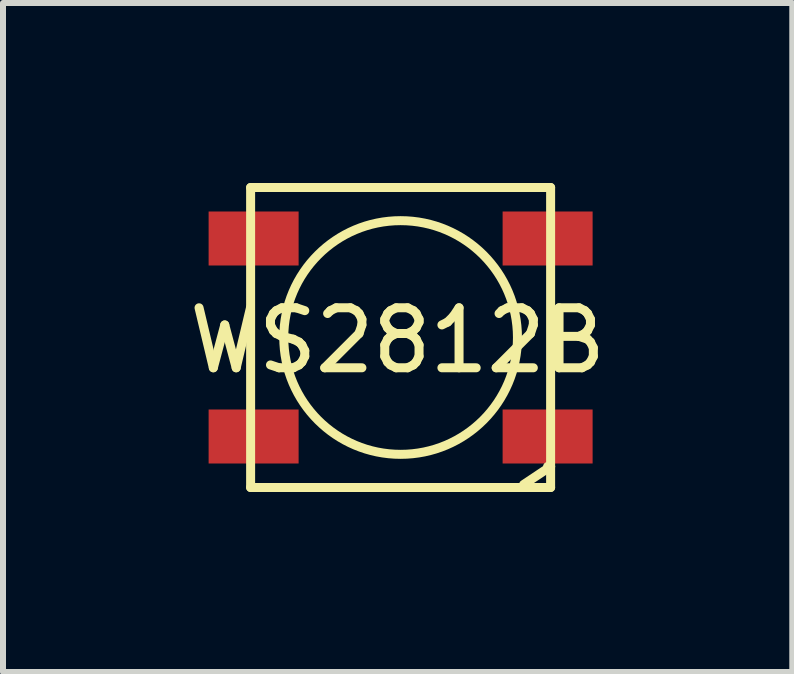
<source format=kicad_pcb>
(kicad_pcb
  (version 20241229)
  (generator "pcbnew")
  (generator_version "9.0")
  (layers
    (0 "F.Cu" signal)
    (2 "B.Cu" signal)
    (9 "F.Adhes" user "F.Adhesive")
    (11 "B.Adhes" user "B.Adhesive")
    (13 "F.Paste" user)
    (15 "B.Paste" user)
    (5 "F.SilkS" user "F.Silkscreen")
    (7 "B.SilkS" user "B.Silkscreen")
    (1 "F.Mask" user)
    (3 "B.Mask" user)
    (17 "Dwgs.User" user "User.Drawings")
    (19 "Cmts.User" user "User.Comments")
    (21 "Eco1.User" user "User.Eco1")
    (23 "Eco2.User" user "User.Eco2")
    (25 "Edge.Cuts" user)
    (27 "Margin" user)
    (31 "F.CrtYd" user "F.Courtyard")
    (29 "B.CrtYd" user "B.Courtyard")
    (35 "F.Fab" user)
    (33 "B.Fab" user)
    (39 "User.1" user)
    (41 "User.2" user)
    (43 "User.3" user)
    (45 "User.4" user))
  (footprint "WS2812B"
    (layer "F.Cu")
    (at 3.627 2.575)
    (property "Reference" "WS2812B" (at -0.05 0.05 0) (layer "F.SilkS") (effects (font (size 1 1) (thickness 0.15))))
    (attr through_hole)
    (fp_line (start -2.5 -2.5) (end -2.5 2.5) (stroke (width 0.15) (type solid)) (layer "F.SilkS"))
    (fp_line (start -2.5 2.5) (end 2.5 2.5) (stroke (width 0.15) (type solid)) (layer "F.SilkS"))
    (fp_line (start 2.05 2.45) (end 2.5 2.15) (stroke (width 0.15) (type solid)) (layer "F.SilkS"))
    (fp_line (start 2.5 -2.5) (end -2.5 -2.5) (stroke (width 0.15) (type solid)) (layer "F.SilkS"))
    (fp_line (start 2.5 2.15) (end 2.45 2.15) (stroke (width 0.15) (type solid)) (layer "F.SilkS"))
    (fp_line (start 2.5 2.5) (end 2.5 -2.5) (stroke (width 0.15) (type solid)) (layer "F.SilkS"))
    (fp_circle (center 0 0) (end 1.3 1.45) (stroke (width 0.15) (type solid)) (fill no) (layer "F.SilkS"))
    (pad "1" smd rect (at -2.45 -1.65) (size 1.5 0.9) (layers "F.Cu" "F.Mask" "F.Paste"))
    (pad "2" smd rect (at -2.45 1.65) (size 1.5 0.9) (layers "F.Cu" "F.Mask" "F.Paste"))
    (pad "3" smd rect (at 2.45 1.65) (size 1.5 0.9) (layers "F.Cu" "F.Mask" "F.Paste"))
    (pad "4" smd rect (at 2.45 -1.65) (size 1.5 0.9) (layers "F.Cu" "F.Mask" "F.Paste")))
  (gr_rect
    (start -3 -3)
    (end 10.155 8.15)
    (stroke (width 0.1) (type default))
    (fill no)
    (layer "Edge.Cuts")))
</source>
